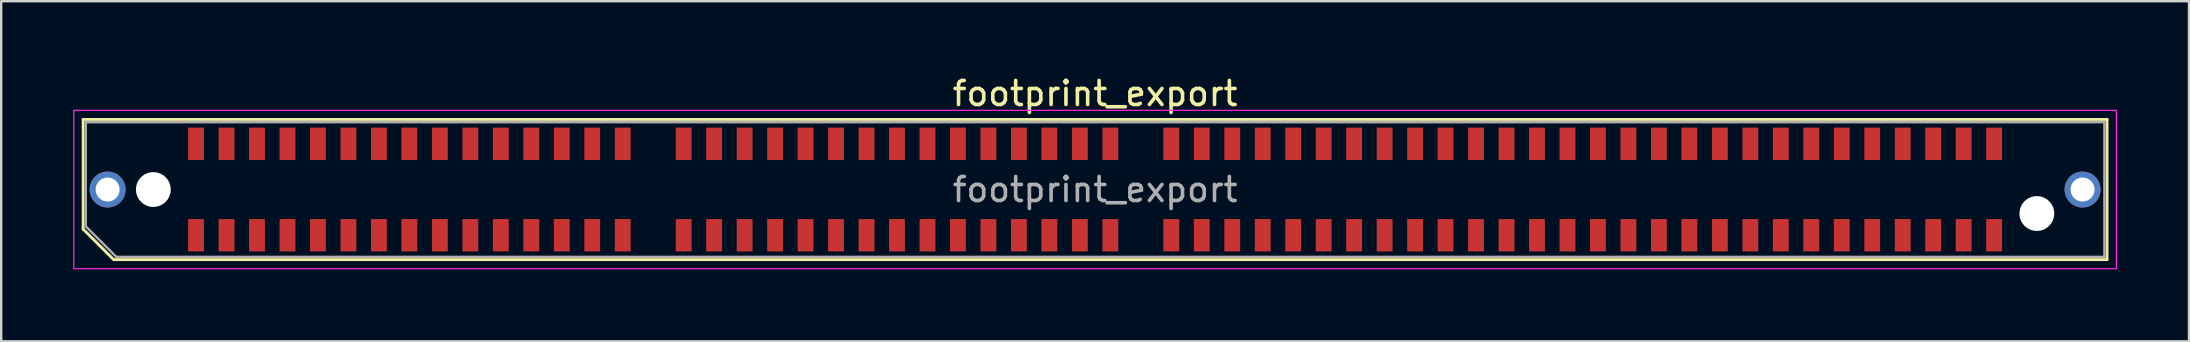
<source format=kicad_pcb>
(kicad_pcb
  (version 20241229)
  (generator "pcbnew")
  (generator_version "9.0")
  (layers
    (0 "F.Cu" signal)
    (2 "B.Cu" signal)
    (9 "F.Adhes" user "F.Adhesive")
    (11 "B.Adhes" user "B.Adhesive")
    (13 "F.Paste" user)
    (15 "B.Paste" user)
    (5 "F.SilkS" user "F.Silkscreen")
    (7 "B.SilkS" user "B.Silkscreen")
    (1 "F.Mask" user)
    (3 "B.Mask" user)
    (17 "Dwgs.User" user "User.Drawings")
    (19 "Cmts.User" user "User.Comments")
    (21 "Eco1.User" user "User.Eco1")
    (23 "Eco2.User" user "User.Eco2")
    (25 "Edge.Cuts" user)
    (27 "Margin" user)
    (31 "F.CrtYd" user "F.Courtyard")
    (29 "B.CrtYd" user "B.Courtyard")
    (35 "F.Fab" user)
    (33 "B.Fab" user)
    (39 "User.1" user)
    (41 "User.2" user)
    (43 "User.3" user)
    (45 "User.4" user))
  (footprint "footprint_export"
    (layer "F.Cu")
    (at 42.585 4.848)
    (property "Reference" "footprint_export" (at 0 -4 0) (layer "F.SilkS") (effects (font (size 1 1) (thickness 0.15))))
    (attr smd)
    (fp_line (start -42.17 -2.92) (end 42.17 -2.92) (stroke (width 0.12) (type solid)) (layer "F.SilkS"))
    (fp_line (start -42.17 1.65) (end -42.17 -2.92) (stroke (width 0.12) (type solid)) (layer "F.SilkS"))
    (fp_line (start -40.9 2.92) (end -42.17 1.65) (stroke (width 0.12) (type solid)) (layer "F.SilkS"))
    (fp_line (start -40.9 2.92) (end 42.17 2.92) (stroke (width 0.12) (type solid)) (layer "F.SilkS"))
    (fp_line (start 42.17 2.92) (end 42.17 -2.92) (stroke (width 0.12) (type solid)) (layer "F.SilkS"))
    (fp_line (start -42.56 -3.3) (end -42.56 3.3) (stroke (width 0.05) (type solid)) (layer "F.CrtYd"))
    (fp_line (start -42.56 3.3) (end 42.56 3.3) (stroke (width 0.05) (type solid)) (layer "F.CrtYd"))
    (fp_line (start 42.56 -3.3) (end -42.56 -3.3) (stroke (width 0.05) (type solid)) (layer "F.CrtYd"))
    (fp_line (start 42.56 3.3) (end 42.56 -3.3) (stroke (width 0.05) (type solid)) (layer "F.CrtYd"))
    (fp_line (start -42.06 -2.805) (end 42.06 -2.805) (stroke (width 0.1) (type solid)) (layer "F.Fab"))
    (fp_line (start -42.06 1.535) (end -42.06 -2.805) (stroke (width 0.1) (type solid)) (layer "F.Fab"))
    (fp_line (start -42.06 1.535) (end -40.79 2.805) (stroke (width 0.1) (type solid)) (layer "F.Fab"))
    (fp_line (start -40.79 2.805) (end 42.06 2.805) (stroke (width 0.1) (type solid)) (layer "F.Fab"))
    (fp_line (start 42.06 2.805) (end 42.06 -2.805) (stroke (width 0.1) (type solid)) (layer "F.Fab"))
    (fp_text user "${REFERENCE}" (at 0 0 0) (layer "F.Fab") (effects (font (size 1 1) (thickness 0.15))))
    (pad "" thru_hole circle (at -41.15 0) (size 1.5 1.5) (drill 1) (layers "*.Cu" "*.Mask"))
    (pad "" np_thru_hole circle (at -39.245 0) (size 1.45 1.45) (drill 1.45) (layers "*.Cu" "*.Mask"))
    (pad "" np_thru_hole circle (at 39.245 1) (size 1.45 1.45) (drill 1.45) (layers "*.Cu" "*.Mask"))
    (pad "" thru_hole circle (at 41.15 0) (size 1.5 1.5) (drill 1) (layers "*.Cu" "*.Mask"))
    (pad "1" smd rect (at -37.465 1.905) (size 0.66 1.35) (layers "F.Cu" "F.Mask" "F.Paste"))
    (pad "2" smd rect (at -37.465 -1.905) (size 0.66 1.35) (layers "F.Cu" "F.Mask" "F.Paste"))
    (pad "3" smd rect (at -36.195 1.905) (size 0.66 1.35) (layers "F.Cu" "F.Mask" "F.Paste"))
    (pad "4" smd rect (at -36.195 -1.905) (size 0.66 1.35) (layers "F.Cu" "F.Mask" "F.Paste"))
    (pad "5" smd rect (at -34.925 1.905) (size 0.66 1.35) (layers "F.Cu" "F.Mask" "F.Paste"))
    (pad "6" smd rect (at -34.925 -1.905) (size 0.66 1.35) (layers "F.Cu" "F.Mask" "F.Paste"))
    (pad "7" smd rect (at -33.655 1.905) (size 0.66 1.35) (layers "F.Cu" "F.Mask" "F.Paste"))
    (pad "8" smd rect (at -33.655 -1.905) (size 0.66 1.35) (layers "F.Cu" "F.Mask" "F.Paste"))
    (pad "9" smd rect (at -32.385 1.905) (size 0.66 1.35) (layers "F.Cu" "F.Mask" "F.Paste"))
    (pad "10" smd rect (at -32.385 -1.905) (size 0.66 1.35) (layers "F.Cu" "F.Mask" "F.Paste"))
    (pad "11" smd rect (at -31.115 1.905) (size 0.66 1.35) (layers "F.Cu" "F.Mask" "F.Paste"))
    (pad "12" smd rect (at -31.115 -1.905) (size 0.66 1.35) (layers "F.Cu" "F.Mask" "F.Paste"))
    (pad "13" smd rect (at -29.845 1.905) (size 0.66 1.35) (layers "F.Cu" "F.Mask" "F.Paste"))
    (pad "14" smd rect (at -29.845 -1.905) (size 0.66 1.35) (layers "F.Cu" "F.Mask" "F.Paste"))
    (pad "15" smd rect (at -28.575 1.905) (size 0.66 1.35) (layers "F.Cu" "F.Mask" "F.Paste"))
    (pad "16" smd rect (at -28.575 -1.905) (size 0.66 1.35) (layers "F.Cu" "F.Mask" "F.Paste"))
    (pad "17" smd rect (at -27.305 1.905) (size 0.66 1.35) (layers "F.Cu" "F.Mask" "F.Paste"))
    (pad "18" smd rect (at -27.305 -1.905) (size 0.66 1.35) (layers "F.Cu" "F.Mask" "F.Paste"))
    (pad "19" smd rect (at -26.035 1.905) (size 0.66 1.35) (layers "F.Cu" "F.Mask" "F.Paste"))
    (pad "20" smd rect (at -26.035 -1.905) (size 0.66 1.35) (layers "F.Cu" "F.Mask" "F.Paste"))
    (pad "21" smd rect (at -24.765 1.905) (size 0.66 1.35) (layers "F.Cu" "F.Mask" "F.Paste"))
    (pad "22" smd rect (at -24.765 -1.905) (size 0.66 1.35) (layers "F.Cu" "F.Mask" "F.Paste"))
    (pad "23" smd rect (at -23.495 1.905) (size 0.66 1.35) (layers "F.Cu" "F.Mask" "F.Paste"))
    (pad "24" smd rect (at -23.495 -1.905) (size 0.66 1.35) (layers "F.Cu" "F.Mask" "F.Paste"))
    (pad "25" smd rect (at -22.225 1.905) (size 0.66 1.35) (layers "F.Cu" "F.Mask" "F.Paste"))
    (pad "26" smd rect (at -22.225 -1.905) (size 0.66 1.35) (layers "F.Cu" "F.Mask" "F.Paste"))
    (pad "27" smd rect (at -20.955 1.905) (size 0.66 1.35) (layers "F.Cu" "F.Mask" "F.Paste"))
    (pad "28" smd rect (at -20.955 -1.905) (size 0.66 1.35) (layers "F.Cu" "F.Mask" "F.Paste"))
    (pad "29" smd rect (at -19.685 1.905) (size 0.66 1.35) (layers "F.Cu" "F.Mask" "F.Paste"))
    (pad "30" smd rect (at -19.685 -1.905) (size 0.66 1.35) (layers "F.Cu" "F.Mask" "F.Paste"))
    (pad "33" smd rect (at -17.145 1.905) (size 0.66 1.35) (layers "F.Cu" "F.Mask" "F.Paste"))
    (pad "34" smd rect (at -17.145 -1.905) (size 0.66 1.35) (layers "F.Cu" "F.Mask" "F.Paste"))
    (pad "35" smd rect (at -15.875 1.905) (size 0.66 1.35) (layers "F.Cu" "F.Mask" "F.Paste"))
    (pad "36" smd rect (at -15.875 -1.905) (size 0.66 1.35) (layers "F.Cu" "F.Mask" "F.Paste"))
    (pad "37" smd rect (at -14.605 1.905) (size 0.66 1.35) (layers "F.Cu" "F.Mask" "F.Paste"))
    (pad "38" smd rect (at -14.605 -1.905) (size 0.66 1.35) (layers "F.Cu" "F.Mask" "F.Paste"))
    (pad "39" smd rect (at -13.335 1.905) (size 0.66 1.35) (layers "F.Cu" "F.Mask" "F.Paste"))
    (pad "40" smd rect (at -13.335 -1.905) (size 0.66 1.35) (layers "F.Cu" "F.Mask" "F.Paste"))
    (pad "41" smd rect (at -12.065 1.905) (size 0.66 1.35) (layers "F.Cu" "F.Mask" "F.Paste"))
    (pad "42" smd rect (at -12.065 -1.905) (size 0.66 1.35) (layers "F.Cu" "F.Mask" "F.Paste"))
    (pad "43" smd rect (at -10.795 1.905) (size 0.66 1.35) (layers "F.Cu" "F.Mask" "F.Paste"))
    (pad "44" smd rect (at -10.795 -1.905) (size 0.66 1.35) (layers "F.Cu" "F.Mask" "F.Paste"))
    (pad "45" smd rect (at -9.525 1.905) (size 0.66 1.35) (layers "F.Cu" "F.Mask" "F.Paste"))
    (pad "46" smd rect (at -9.525 -1.905) (size 0.66 1.35) (layers "F.Cu" "F.Mask" "F.Paste"))
    (pad "47" smd rect (at -8.255 1.905) (size 0.66 1.35) (layers "F.Cu" "F.Mask" "F.Paste"))
    (pad "48" smd rect (at -8.255 -1.905) (size 0.66 1.35) (layers "F.Cu" "F.Mask" "F.Paste"))
    (pad "49" smd rect (at -6.985 1.905) (size 0.66 1.35) (layers "F.Cu" "F.Mask" "F.Paste"))
    (pad "50" smd rect (at -6.985 -1.905) (size 0.66 1.35) (layers "F.Cu" "F.Mask" "F.Paste"))
    (pad "51" smd rect (at -5.715 1.905) (size 0.66 1.35) (layers "F.Cu" "F.Mask" "F.Paste"))
    (pad "52" smd rect (at -5.715 -1.905) (size 0.66 1.35) (layers "F.Cu" "F.Mask" "F.Paste"))
    (pad "53" smd rect (at -4.445 1.905) (size 0.66 1.35) (layers "F.Cu" "F.Mask" "F.Paste"))
    (pad "54" smd rect (at -4.445 -1.905) (size 0.66 1.35) (layers "F.Cu" "F.Mask" "F.Paste"))
    (pad "55" smd rect (at -3.175 1.905) (size 0.66 1.35) (layers "F.Cu" "F.Mask" "F.Paste"))
    (pad "56" smd rect (at -3.175 -1.905) (size 0.66 1.35) (layers "F.Cu" "F.Mask" "F.Paste"))
    (pad "57" smd rect (at -1.905 1.905) (size 0.66 1.35) (layers "F.Cu" "F.Mask" "F.Paste"))
    (pad "58" smd rect (at -1.905 -1.905) (size 0.66 1.35) (layers "F.Cu" "F.Mask" "F.Paste"))
    (pad "59" smd rect (at -0.635 1.905) (size 0.66 1.35) (layers "F.Cu" "F.Mask" "F.Paste"))
    (pad "60" smd rect (at -0.635 -1.905) (size 0.66 1.35) (layers "F.Cu" "F.Mask" "F.Paste"))
    (pad "61" smd rect (at 0.635 1.905) (size 0.66 1.35) (layers "F.Cu" "F.Mask" "F.Paste"))
    (pad "62" smd rect (at 0.635 -1.905) (size 0.66 1.35) (layers "F.Cu" "F.Mask" "F.Paste"))
    (pad "65" smd rect (at 3.175 1.905) (size 0.66 1.35) (layers "F.Cu" "F.Mask" "F.Paste"))
    (pad "66" smd rect (at 3.175 -1.905) (size 0.66 1.35) (layers "F.Cu" "F.Mask" "F.Paste"))
    (pad "67" smd rect (at 4.445 1.905) (size 0.66 1.35) (layers "F.Cu" "F.Mask" "F.Paste"))
    (pad "68" smd rect (at 4.445 -1.905) (size 0.66 1.35) (layers "F.Cu" "F.Mask" "F.Paste"))
    (pad "69" smd rect (at 5.715 1.905) (size 0.66 1.35) (layers "F.Cu" "F.Mask" "F.Paste"))
    (pad "70" smd rect (at 5.715 -1.905) (size 0.66 1.35) (layers "F.Cu" "F.Mask" "F.Paste"))
    (pad "71" smd rect (at 6.985 1.905) (size 0.66 1.35) (layers "F.Cu" "F.Mask" "F.Paste"))
    (pad "72" smd rect (at 6.985 -1.905) (size 0.66 1.35) (layers "F.Cu" "F.Mask" "F.Paste"))
    (pad "73" smd rect (at 8.255 1.905) (size 0.66 1.35) (layers "F.Cu" "F.Mask" "F.Paste"))
    (pad "74" smd rect (at 8.255 -1.905) (size 0.66 1.35) (layers "F.Cu" "F.Mask" "F.Paste"))
    (pad "75" smd rect (at 9.525 1.905) (size 0.66 1.35) (layers "F.Cu" "F.Mask" "F.Paste"))
    (pad "76" smd rect (at 9.525 -1.905) (size 0.66 1.35) (layers "F.Cu" "F.Mask" "F.Paste"))
    (pad "77" smd rect (at 10.795 1.905) (size 0.66 1.35) (layers "F.Cu" "F.Mask" "F.Paste"))
    (pad "78" smd rect (at 10.795 -1.905) (size 0.66 1.35) (layers "F.Cu" "F.Mask" "F.Paste"))
    (pad "79" smd rect (at 12.065 1.905) (size 0.66 1.35) (layers "F.Cu" "F.Mask" "F.Paste"))
    (pad "80" smd rect (at 12.065 -1.905) (size 0.66 1.35) (layers "F.Cu" "F.Mask" "F.Paste"))
    (pad "81" smd rect (at 13.335 1.905) (size 0.66 1.35) (layers "F.Cu" "F.Mask" "F.Paste"))
    (pad "82" smd rect (at 13.335 -1.905) (size 0.66 1.35) (layers "F.Cu" "F.Mask" "F.Paste"))
    (pad "83" smd rect (at 14.605 1.905) (size 0.66 1.35) (layers "F.Cu" "F.Mask" "F.Paste"))
    (pad "84" smd rect (at 14.605 -1.905) (size 0.66 1.35) (layers "F.Cu" "F.Mask" "F.Paste"))
    (pad "85" smd rect (at 15.875 1.905) (size 0.66 1.35) (layers "F.Cu" "F.Mask" "F.Paste"))
    (pad "86" smd rect (at 15.875 -1.905) (size 0.66 1.35) (layers "F.Cu" "F.Mask" "F.Paste"))
    (pad "87" smd rect (at 17.145 1.905) (size 0.66 1.35) (layers "F.Cu" "F.Mask" "F.Paste"))
    (pad "88" smd rect (at 17.145 -1.905) (size 0.66 1.35) (layers "F.Cu" "F.Mask" "F.Paste"))
    (pad "89" smd rect (at 18.415 1.905) (size 0.66 1.35) (layers "F.Cu" "F.Mask" "F.Paste"))
    (pad "90" smd rect (at 18.415 -1.905) (size 0.66 1.35) (layers "F.Cu" "F.Mask" "F.Paste"))
    (pad "91" smd rect (at 19.685 1.905) (size 0.66 1.35) (layers "F.Cu" "F.Mask" "F.Paste"))
    (pad "92" smd rect (at 19.685 -1.905) (size 0.66 1.35) (layers "F.Cu" "F.Mask" "F.Paste"))
    (pad "93" smd rect (at 20.955 1.905) (size 0.66 1.35) (layers "F.Cu" "F.Mask" "F.Paste"))
    (pad "94" smd rect (at 20.955 -1.905) (size 0.66 1.35) (layers "F.Cu" "F.Mask" "F.Paste"))
    (pad "95" smd rect (at 22.225 1.905) (size 0.66 1.35) (layers "F.Cu" "F.Mask" "F.Paste"))
    (pad "96" smd rect (at 22.225 -1.905) (size 0.66 1.35) (layers "F.Cu" "F.Mask" "F.Paste"))
    (pad "97" smd rect (at 23.495 1.905) (size 0.66 1.35) (layers "F.Cu" "F.Mask" "F.Paste"))
    (pad "98" smd rect (at 23.495 -1.905) (size 0.66 1.35) (layers "F.Cu" "F.Mask" "F.Paste"))
    (pad "99" smd rect (at 24.765 1.905) (size 0.66 1.35) (layers "F.Cu" "F.Mask" "F.Paste"))
    (pad "100" smd rect (at 24.765 -1.905) (size 0.66 1.35) (layers "F.Cu" "F.Mask" "F.Paste"))
    (pad "101" smd rect (at 26.035 1.905) (size 0.66 1.35) (layers "F.Cu" "F.Mask" "F.Paste"))
    (pad "102" smd rect (at 26.035 -1.905) (size 0.66 1.35) (layers "F.Cu" "F.Mask" "F.Paste"))
    (pad "103" smd rect (at 27.305 1.905) (size 0.66 1.35) (layers "F.Cu" "F.Mask" "F.Paste"))
    (pad "104" smd rect (at 27.305 -1.905) (size 0.66 1.35) (layers "F.Cu" "F.Mask" "F.Paste"))
    (pad "105" smd rect (at 28.575 1.905) (size 0.66 1.35) (layers "F.Cu" "F.Mask" "F.Paste"))
    (pad "106" smd rect (at 28.575 -1.905) (size 0.66 1.35) (layers "F.Cu" "F.Mask" "F.Paste"))
    (pad "107" smd rect (at 29.845 1.905) (size 0.66 1.35) (layers "F.Cu" "F.Mask" "F.Paste"))
    (pad "108" smd rect (at 29.845 -1.905) (size 0.66 1.35) (layers "F.Cu" "F.Mask" "F.Paste"))
    (pad "109" smd rect (at 31.115 1.905) (size 0.66 1.35) (layers "F.Cu" "F.Mask" "F.Paste"))
    (pad "110" smd rect (at 31.115 -1.905) (size 0.66 1.35) (layers "F.Cu" "F.Mask" "F.Paste"))
    (pad "111" smd rect (at 32.385 1.905) (size 0.66 1.35) (layers "F.Cu" "F.Mask" "F.Paste"))
    (pad "112" smd rect (at 32.385 -1.905) (size 0.66 1.35) (layers "F.Cu" "F.Mask" "F.Paste"))
    (pad "113" smd rect (at 33.655 1.905) (size 0.66 1.35) (layers "F.Cu" "F.Mask" "F.Paste"))
    (pad "114" smd rect (at 33.655 -1.905) (size 0.66 1.35) (layers "F.Cu" "F.Mask" "F.Paste"))
    (pad "115" smd rect (at 34.925 1.905) (size 0.66 1.35) (layers "F.Cu" "F.Mask" "F.Paste"))
    (pad "116" smd rect (at 34.925 -1.905) (size 0.66 1.35) (layers "F.Cu" "F.Mask" "F.Paste"))
    (pad "117" smd rect (at 36.195 1.905) (size 0.66 1.35) (layers "F.Cu" "F.Mask" "F.Paste"))
    (pad "118" smd rect (at 36.195 -1.905) (size 0.66 1.35) (layers "F.Cu" "F.Mask" "F.Paste"))
    (pad "119" smd rect (at 37.465 1.905) (size 0.66 1.35) (layers "F.Cu" "F.Mask" "F.Paste"))
    (pad "120" smd rect (at 37.465 -1.905) (size 0.66 1.35) (layers "F.Cu" "F.Mask" "F.Paste")))
  (gr_rect
    (start -3 -3)
    (end 88.17 11.173)
    (stroke (width 0.1) (type default))
    (fill no)
    (layer "Edge.Cuts")))
</source>
